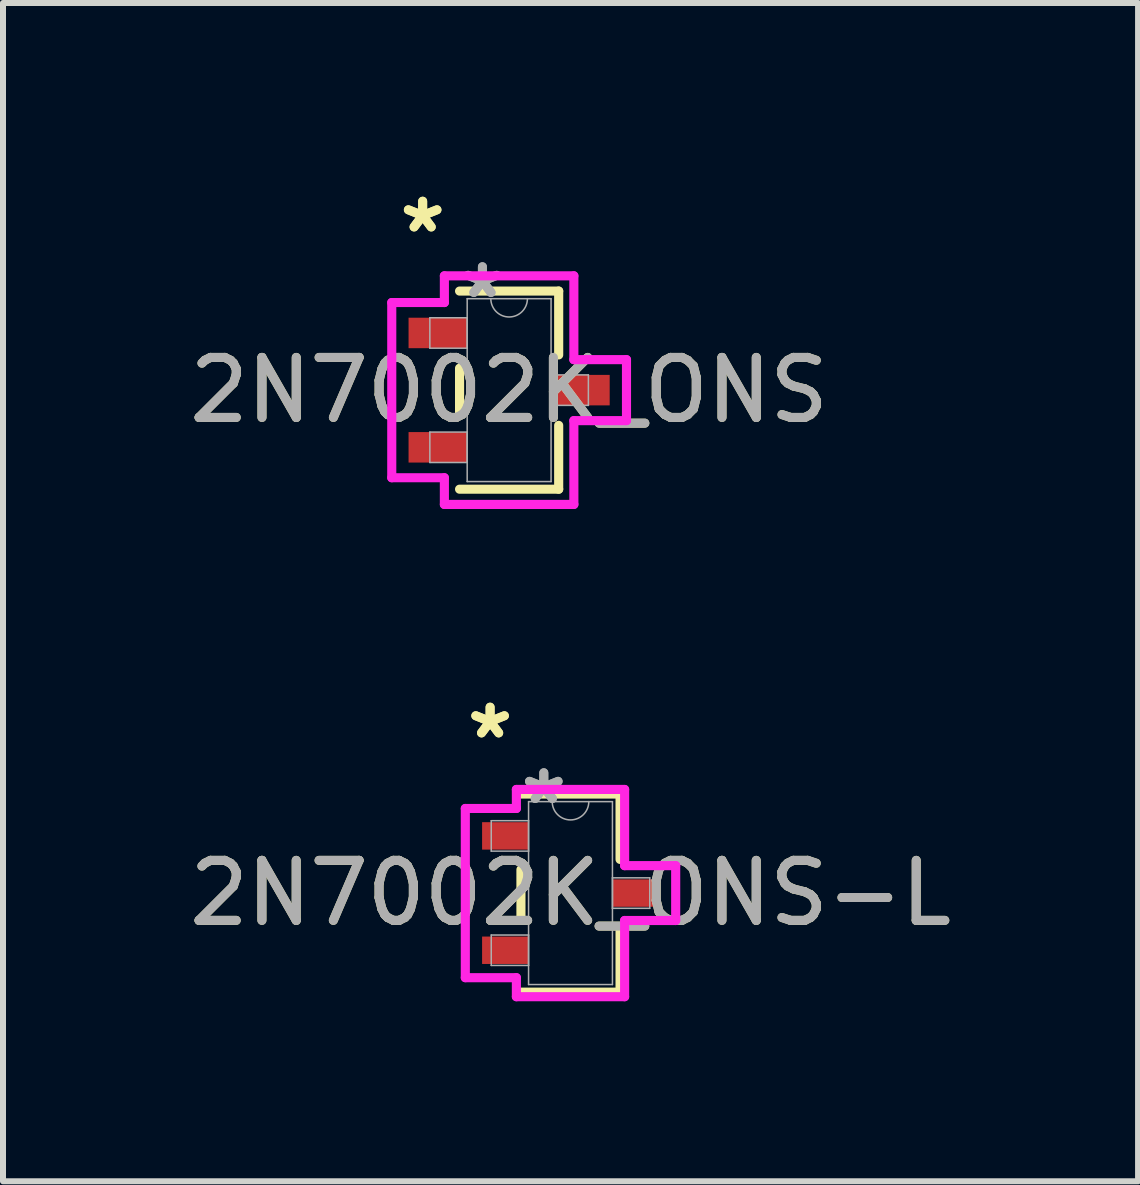
<source format=kicad_pcb>
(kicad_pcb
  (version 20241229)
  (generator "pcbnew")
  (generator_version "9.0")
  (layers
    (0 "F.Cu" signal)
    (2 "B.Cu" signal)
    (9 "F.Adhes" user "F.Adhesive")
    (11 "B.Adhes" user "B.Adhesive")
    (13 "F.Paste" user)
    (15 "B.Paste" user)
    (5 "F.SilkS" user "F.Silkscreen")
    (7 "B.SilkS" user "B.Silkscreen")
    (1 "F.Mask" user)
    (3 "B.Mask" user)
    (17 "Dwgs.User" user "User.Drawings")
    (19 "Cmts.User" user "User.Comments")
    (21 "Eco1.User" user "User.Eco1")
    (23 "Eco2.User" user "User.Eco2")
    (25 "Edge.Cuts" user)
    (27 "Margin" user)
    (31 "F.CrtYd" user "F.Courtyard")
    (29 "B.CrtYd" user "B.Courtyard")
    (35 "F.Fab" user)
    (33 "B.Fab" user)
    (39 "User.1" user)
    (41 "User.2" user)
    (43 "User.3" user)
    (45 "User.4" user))
  (footprint "2N7002K_ONS"
    (layer "F.Cu")
    (at 5.435 3.452)
    (property "Reference" "2N7002K_ONS" (at 0 0 0) (unlocked yes) (layer "F.SilkS") (effects (font (size 1 1) (thickness 0.15))))
    (attr smd)
    (fp_line (start -0.826 -0.366) (end -0.826 0.366) (stroke (width 0.152) (type solid)) (layer "F.SilkS"))
    (fp_line (start -0.826 1.651) (end 0.826 1.651) (stroke (width 0.152) (type solid)) (layer "F.SilkS"))
    (fp_line (start 0.826 -1.651) (end -0.826 -1.651) (stroke (width 0.152) (type solid)) (layer "F.SilkS"))
    (fp_line (start 0.826 -0.587) (end 0.826 -1.651) (stroke (width 0.152) (type solid)) (layer "F.SilkS"))
    (fp_line (start 0.826 1.651) (end 0.826 0.587) (stroke (width 0.152) (type solid)) (layer "F.SilkS"))
    (fp_line (start -1.956 -1.46) (end -1.079 -1.46) (stroke (width 0.152) (type solid)) (layer "F.CrtYd"))
    (fp_line (start -1.956 1.46) (end -1.956 -1.46) (stroke (width 0.152) (type solid)) (layer "F.CrtYd"))
    (fp_line (start -1.079 -1.905) (end 1.079 -1.905) (stroke (width 0.152) (type solid)) (layer "F.CrtYd"))
    (fp_line (start -1.079 -1.46) (end -1.079 -1.905) (stroke (width 0.152) (type solid)) (layer "F.CrtYd"))
    (fp_line (start -1.079 1.46) (end -1.956 1.46) (stroke (width 0.152) (type solid)) (layer "F.CrtYd"))
    (fp_line (start -1.079 1.905) (end -1.079 1.46) (stroke (width 0.152) (type solid)) (layer "F.CrtYd"))
    (fp_line (start 1.079 -1.905) (end 1.079 -0.508) (stroke (width 0.152) (type solid)) (layer "F.CrtYd"))
    (fp_line (start 1.079 -0.508) (end 1.956 -0.508) (stroke (width 0.152) (type solid)) (layer "F.CrtYd"))
    (fp_line (start 1.079 0.508) (end 1.079 1.905) (stroke (width 0.152) (type solid)) (layer "F.CrtYd"))
    (fp_line (start 1.079 1.905) (end -1.079 1.905) (stroke (width 0.152) (type solid)) (layer "F.CrtYd"))
    (fp_line (start 1.956 -0.508) (end 1.956 0.508) (stroke (width 0.152) (type solid)) (layer "F.CrtYd"))
    (fp_line (start 1.956 0.508) (end 1.079 0.508) (stroke (width 0.152) (type solid)) (layer "F.CrtYd"))
    (fp_line (start -1.321 -1.206) (end -1.321 -0.699) (stroke (width 0.025) (type solid)) (layer "F.Fab"))
    (fp_line (start -1.321 -0.699) (end -0.699 -0.699) (stroke (width 0.025) (type solid)) (layer "F.Fab"))
    (fp_line (start -1.321 0.699) (end -1.321 1.206) (stroke (width 0.025) (type solid)) (layer "F.Fab"))
    (fp_line (start -1.321 1.206) (end -0.699 1.206) (stroke (width 0.025) (type solid)) (layer "F.Fab"))
    (fp_line (start -0.699 -1.524) (end -0.699 1.524) (stroke (width 0.025) (type solid)) (layer "F.Fab"))
    (fp_line (start -0.699 -1.206) (end -1.321 -1.206) (stroke (width 0.025) (type solid)) (layer "F.Fab"))
    (fp_line (start -0.699 -0.699) (end -0.699 -1.206) (stroke (width 0.025) (type solid)) (layer "F.Fab"))
    (fp_line (start -0.699 0.699) (end -1.321 0.699) (stroke (width 0.025) (type solid)) (layer "F.Fab"))
    (fp_line (start -0.699 1.206) (end -0.699 0.699) (stroke (width 0.025) (type solid)) (layer "F.Fab"))
    (fp_line (start -0.699 1.524) (end 0.699 1.524) (stroke (width 0.025) (type solid)) (layer "F.Fab"))
    (fp_line (start 0.699 -1.524) (end -0.699 -1.524) (stroke (width 0.025) (type solid)) (layer "F.Fab"))
    (fp_line (start 0.699 -0.254) (end 0.699 0.254) (stroke (width 0.025) (type solid)) (layer "F.Fab"))
    (fp_line (start 0.699 0.254) (end 1.321 0.254) (stroke (width 0.025) (type solid)) (layer "F.Fab"))
    (fp_line (start 0.699 1.524) (end 0.699 -1.524) (stroke (width 0.025) (type solid)) (layer "F.Fab"))
    (fp_line (start 1.321 -0.254) (end 0.699 -0.254) (stroke (width 0.025) (type solid)) (layer "F.Fab"))
    (fp_line (start 1.321 0.254) (end 1.321 -0.254) (stroke (width 0.025) (type solid)) (layer "F.Fab"))
    (fp_arc (start 0.3048 -1.524) (mid 0 -1.2192) (end -0.3048 -1.524) (stroke (width 0.0254) (type solid)) (layer "F.Fab"))
    (fp_text user "*" (at -1.441 -2.603 0) (unlocked yes) (layer "F.SilkS") (effects (font (size 1 1) (thickness 0.15))))
    (fp_text user "*" (at -1.441 -2.603 0) (layer "F.SilkS") (effects (font (size 1 1) (thickness 0.15))))
    (fp_text user "*" (at -0.445 -1.511 0) (layer "F.Fab") (effects (font (size 1 1) (thickness 0.15))))
    (fp_text user "${REFERENCE}" (at 0 0 0) (unlocked yes) (layer "F.Fab") (effects (font (size 1 1) (thickness 0.15))))
    (fp_text user "*" (at -0.445 -1.511 0) (unlocked yes) (layer "F.Fab") (effects (font (size 1 1) (thickness 0.15))))
    (pad "1" smd rect (at -1.187 -0.953) (size 0.978 0.508) (layers "F.Cu" "F.Mask" "F.Paste"))
    (pad "2" smd rect (at -1.187 0.953) (size 0.978 0.508) (layers "F.Cu" "F.Mask" "F.Paste"))
    (pad "3" smd rect (at 1.187 0) (size 0.978 0.508) (layers "F.Cu" "F.Mask" "F.Paste")))
  (footprint "2N7002K_ONS-L"
    (layer "F.Cu")
    (at 6.458 11.834)
    (property "Reference" "2N7002K_ONS-L" (at 0 0 0) (unlocked yes) (layer "F.SilkS") (effects (font (size 1 1) (thickness 0.15))))
    (attr smd)
    (fp_line (start -0.826 -0.391) (end -0.826 0.391) (stroke (width 0.152) (type solid)) (layer "F.SilkS"))
    (fp_line (start -0.826 1.651) (end 0.826 1.651) (stroke (width 0.152) (type solid)) (layer "F.SilkS"))
    (fp_line (start 0.826 -1.651) (end -0.826 -1.651) (stroke (width 0.152) (type solid)) (layer "F.SilkS"))
    (fp_line (start 0.826 -0.561) (end 0.826 -1.651) (stroke (width 0.152) (type solid)) (layer "F.SilkS"))
    (fp_line (start 0.826 1.651) (end 0.826 0.561) (stroke (width 0.152) (type solid)) (layer "F.SilkS"))
    (fp_line (start -1.753 -1.41) (end -0.902 -1.41) (stroke (width 0.152) (type solid)) (layer "F.CrtYd"))
    (fp_line (start -1.753 1.41) (end -1.753 -1.41) (stroke (width 0.152) (type solid)) (layer "F.CrtYd"))
    (fp_line (start -0.902 -1.727) (end 0.902 -1.727) (stroke (width 0.152) (type solid)) (layer "F.CrtYd"))
    (fp_line (start -0.902 -1.41) (end -0.902 -1.727) (stroke (width 0.152) (type solid)) (layer "F.CrtYd"))
    (fp_line (start -0.902 1.41) (end -1.753 1.41) (stroke (width 0.152) (type solid)) (layer "F.CrtYd"))
    (fp_line (start -0.902 1.727) (end -0.902 1.41) (stroke (width 0.152) (type solid)) (layer "F.CrtYd"))
    (fp_line (start 0.902 -1.727) (end 0.902 -0.457) (stroke (width 0.152) (type solid)) (layer "F.CrtYd"))
    (fp_line (start 0.902 -0.457) (end 1.753 -0.457) (stroke (width 0.152) (type solid)) (layer "F.CrtYd"))
    (fp_line (start 0.902 0.457) (end 0.902 1.727) (stroke (width 0.152) (type solid)) (layer "F.CrtYd"))
    (fp_line (start 0.902 1.727) (end -0.902 1.727) (stroke (width 0.152) (type solid)) (layer "F.CrtYd"))
    (fp_line (start 1.753 -0.457) (end 1.753 0.457) (stroke (width 0.152) (type solid)) (layer "F.CrtYd"))
    (fp_line (start 1.753 0.457) (end 0.902 0.457) (stroke (width 0.152) (type solid)) (layer "F.CrtYd"))
    (fp_line (start -1.321 -1.206) (end -1.321 -0.699) (stroke (width 0.025) (type solid)) (layer "F.Fab"))
    (fp_line (start -1.321 -0.699) (end -0.699 -0.699) (stroke (width 0.025) (type solid)) (layer "F.Fab"))
    (fp_line (start -1.321 0.699) (end -1.321 1.206) (stroke (width 0.025) (type solid)) (layer "F.Fab"))
    (fp_line (start -1.321 1.206) (end -0.699 1.206) (stroke (width 0.025) (type solid)) (layer "F.Fab"))
    (fp_line (start -0.699 -1.524) (end -0.699 1.524) (stroke (width 0.025) (type solid)) (layer "F.Fab"))
    (fp_line (start -0.699 -1.206) (end -1.321 -1.206) (stroke (width 0.025) (type solid)) (layer "F.Fab"))
    (fp_line (start -0.699 -0.699) (end -0.699 -1.206) (stroke (width 0.025) (type solid)) (layer "F.Fab"))
    (fp_line (start -0.699 0.699) (end -1.321 0.699) (stroke (width 0.025) (type solid)) (layer "F.Fab"))
    (fp_line (start -0.699 1.206) (end -0.699 0.699) (stroke (width 0.025) (type solid)) (layer "F.Fab"))
    (fp_line (start -0.699 1.524) (end 0.699 1.524) (stroke (width 0.025) (type solid)) (layer "F.Fab"))
    (fp_line (start 0.699 -1.524) (end -0.699 -1.524) (stroke (width 0.025) (type solid)) (layer "F.Fab"))
    (fp_line (start 0.699 -0.254) (end 0.699 0.254) (stroke (width 0.025) (type solid)) (layer "F.Fab"))
    (fp_line (start 0.699 0.254) (end 1.321 0.254) (stroke (width 0.025) (type solid)) (layer "F.Fab"))
    (fp_line (start 0.699 1.524) (end 0.699 -1.524) (stroke (width 0.025) (type solid)) (layer "F.Fab"))
    (fp_line (start 1.321 -0.254) (end 0.699 -0.254) (stroke (width 0.025) (type solid)) (layer "F.Fab"))
    (fp_line (start 1.321 0.254) (end 1.321 -0.254) (stroke (width 0.025) (type solid)) (layer "F.Fab"))
    (fp_arc (start 0.3048 -1.524) (mid 0 -1.2192) (end -0.3048 -1.524) (stroke (width 0.0254) (type solid)) (layer "F.Fab"))
    (fp_text user "*" (at -1.34 -2.553 0) (unlocked yes) (layer "F.SilkS") (effects (font (size 1 1) (thickness 0.15))))
    (fp_text user "*" (at -1.34 -2.553 0) (layer "F.SilkS") (effects (font (size 1 1) (thickness 0.15))))
    (fp_text user "*" (at -0.445 -1.46 0) (layer "F.Fab") (effects (font (size 1 1) (thickness 0.15))))
    (fp_text user "*" (at -0.445 -1.46 0) (unlocked yes) (layer "F.Fab") (effects (font (size 1 1) (thickness 0.15))))
    (fp_text user "${REFERENCE}" (at 0 0 0) (unlocked yes) (layer "F.Fab") (effects (font (size 1 1) (thickness 0.15))))
    (pad "1" smd rect (at -1.086 -0.953) (size 0.775 0.457) (layers "F.Cu" "F.Mask" "F.Paste"))
    (pad "2" smd rect (at -1.086 0.953) (size 0.775 0.457) (layers "F.Cu" "F.Mask" "F.Paste"))
    (pad "3" smd rect (at 1.086 0) (size 0.775 0.457) (layers "F.Cu" "F.Mask" "F.Paste")))
  (gr_rect
    (start -3 -3)
    (end 15.917 16.637)
    (stroke (width 0.1) (type default))
    (fill no)
    (layer "Edge.Cuts")))
</source>
